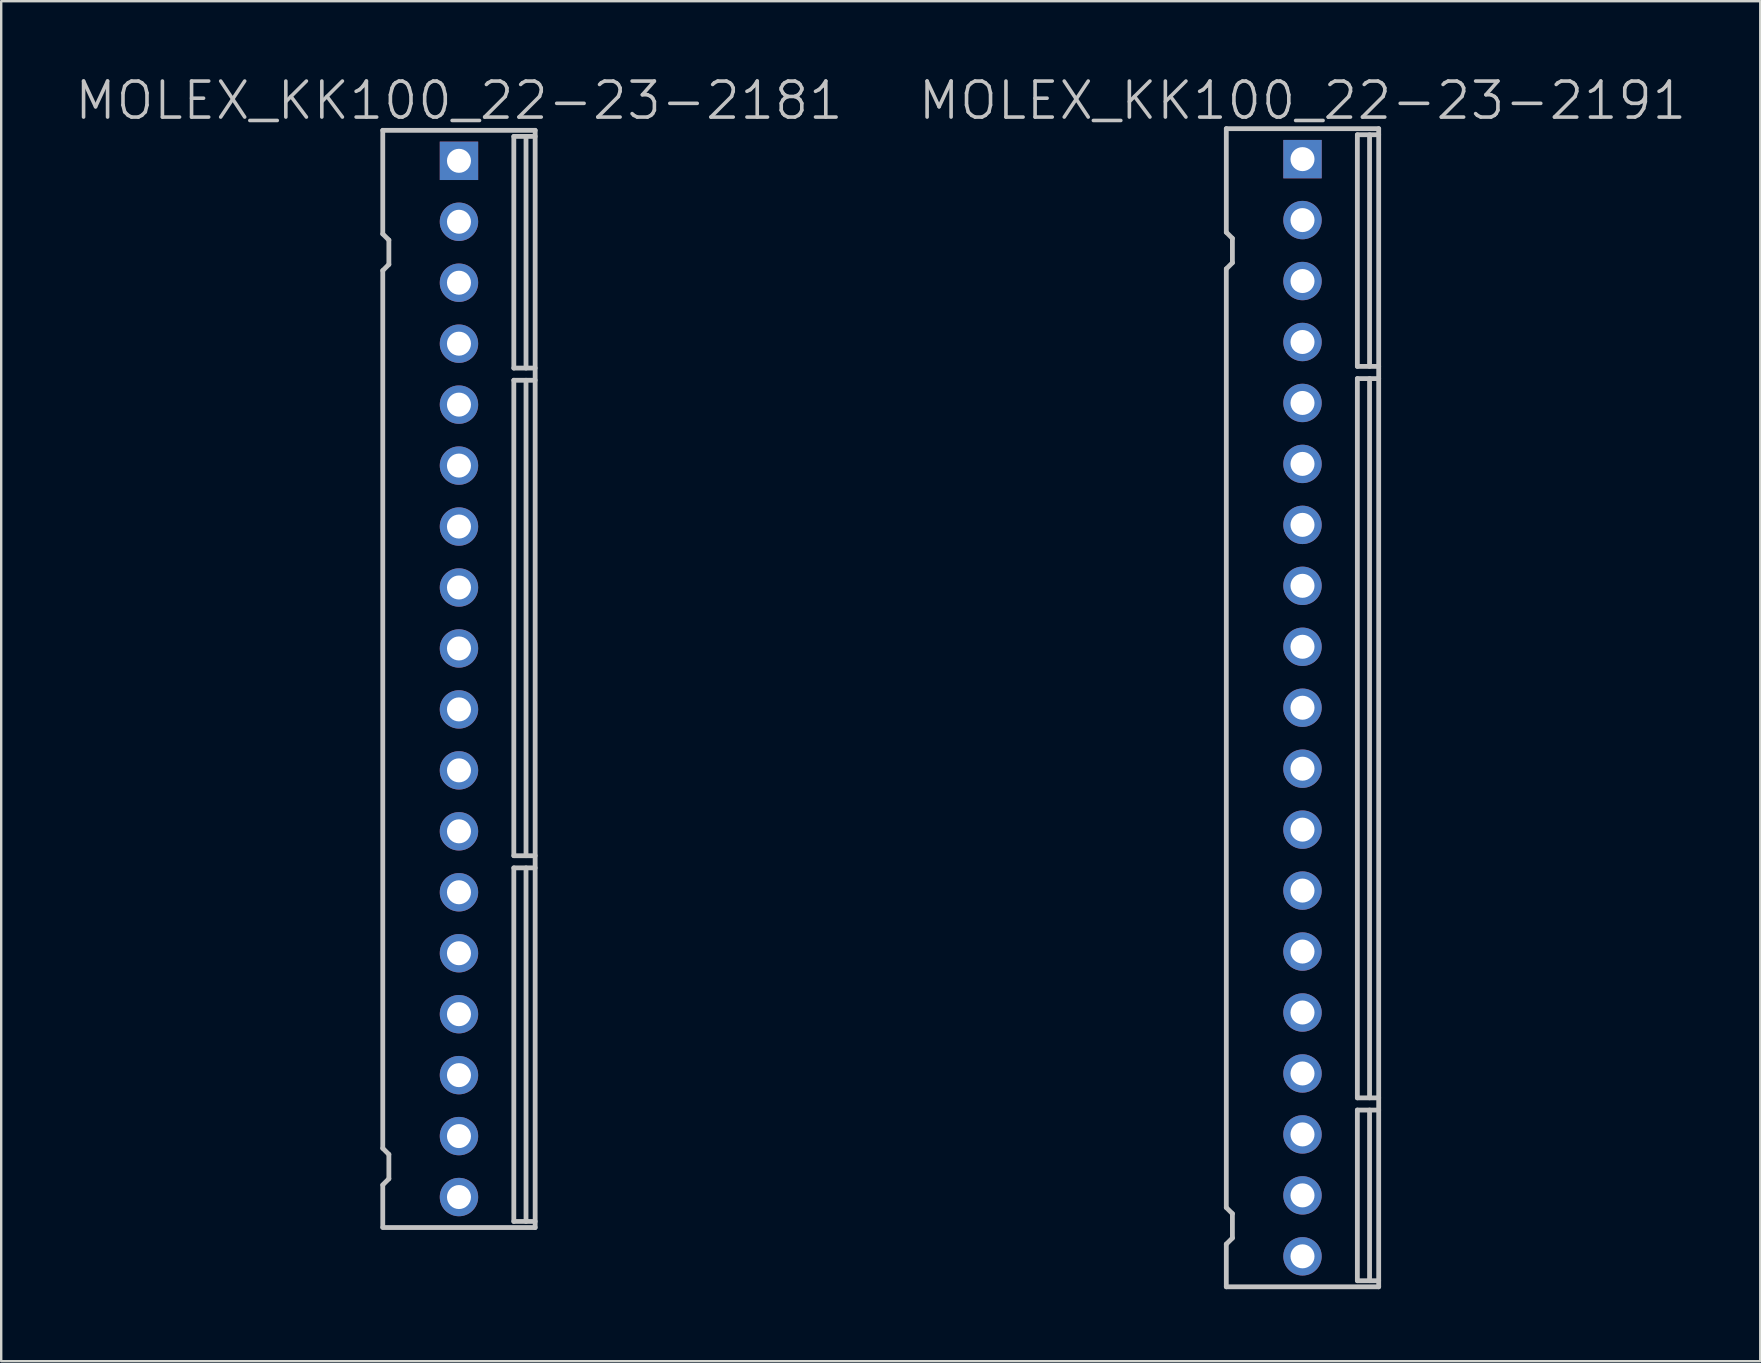
<source format=kicad_pcb>
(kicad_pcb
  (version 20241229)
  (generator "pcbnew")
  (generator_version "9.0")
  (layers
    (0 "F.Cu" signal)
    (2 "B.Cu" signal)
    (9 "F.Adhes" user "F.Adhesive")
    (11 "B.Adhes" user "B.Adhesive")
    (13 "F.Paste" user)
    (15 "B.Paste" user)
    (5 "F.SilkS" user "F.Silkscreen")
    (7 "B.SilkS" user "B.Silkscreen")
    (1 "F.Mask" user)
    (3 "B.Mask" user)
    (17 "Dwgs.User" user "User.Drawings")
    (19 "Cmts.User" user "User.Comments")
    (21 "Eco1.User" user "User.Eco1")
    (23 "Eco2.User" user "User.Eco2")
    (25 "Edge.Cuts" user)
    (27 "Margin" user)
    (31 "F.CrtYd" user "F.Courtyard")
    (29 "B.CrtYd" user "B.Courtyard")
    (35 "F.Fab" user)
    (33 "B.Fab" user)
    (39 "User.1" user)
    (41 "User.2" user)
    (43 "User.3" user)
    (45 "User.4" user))
  (footprint "MOLEX_KK100_22-23-2181"
    (layer "F.Cu")
    (at 16.075 25.241)
    (property "Reference" "MOLEX_KK100_22-23-2181" (at 0 -24.1 180) (layer "Dwgs.User") (effects (font (size 1.5 1.5) (thickness 0.15))))
    (attr through_hole)
    (fp_line (start -3.175 -22.86) (end 3.175 -22.86) (stroke (width 0.2) (type solid)) (layer "Dwgs.User"))
    (fp_line (start -3.175 -18.542) (end -3.175 -22.86) (stroke (width 0.2) (type solid)) (layer "Dwgs.User"))
    (fp_line (start -3.175 -17.018) (end -3.175 19.558) (stroke (width 0.2) (type solid)) (layer "Dwgs.User"))
    (fp_line (start -3.175 22.842) (end -3.175 21.09) (stroke (width 0.2) (type solid)) (layer "Dwgs.User"))
    (fp_line (start -2.921 -18.288) (end -3.175 -18.542) (stroke (width 0.2) (type solid)) (layer "Dwgs.User"))
    (fp_line (start -2.921 -18.288) (end -2.921 -17.272) (stroke (width 0.2) (type solid)) (layer "Dwgs.User"))
    (fp_line (start -2.921 -17.272) (end -3.175 -17.018) (stroke (width 0.2) (type solid)) (layer "Dwgs.User"))
    (fp_line (start -2.921 19.812) (end -3.175 19.558) (stroke (width 0.2) (type solid)) (layer "Dwgs.User"))
    (fp_line (start -2.921 19.812) (end -2.921 20.828) (stroke (width 0.2) (type solid)) (layer "Dwgs.User"))
    (fp_line (start -2.921 20.828) (end -3.175 21.082) (stroke (width 0.2) (type solid)) (layer "Dwgs.User"))
    (fp_line (start 2.286 -22.606) (end 3.175 -22.606) (stroke (width 0.2) (type solid)) (layer "Dwgs.User"))
    (fp_line (start 2.286 -12.954) (end 2.286 -22.606) (stroke (width 0.2) (type solid)) (layer "Dwgs.User"))
    (fp_line (start 2.286 -12.954) (end 3.175 -12.954) (stroke (width 0.2) (type solid)) (layer "Dwgs.User"))
    (fp_line (start 2.286 -12.446) (end 3.175 -12.446) (stroke (width 0.2) (type solid)) (layer "Dwgs.User"))
    (fp_line (start 2.286 7.366) (end 2.286 -12.446) (stroke (width 0.2) (type solid)) (layer "Dwgs.User"))
    (fp_line (start 2.286 7.366) (end 3.175 7.366) (stroke (width 0.2) (type solid)) (layer "Dwgs.User"))
    (fp_line (start 2.286 7.874) (end 2.286 22.606) (stroke (width 0.2) (type solid)) (layer "Dwgs.User"))
    (fp_line (start 2.286 7.874) (end 3.175 7.874) (stroke (width 0.2) (type solid)) (layer "Dwgs.User"))
    (fp_line (start 2.286 22.606) (end 3.175 22.606) (stroke (width 0.2) (type solid)) (layer "Dwgs.User"))
    (fp_line (start 2.794 -12.954) (end 2.794 -22.606) (stroke (width 0.2) (type solid)) (layer "Dwgs.User"))
    (fp_line (start 2.794 -12.446) (end 2.794 7.366) (stroke (width 0.2) (type solid)) (layer "Dwgs.User"))
    (fp_line (start 2.794 22.606) (end 2.794 7.874) (stroke (width 0.2) (type solid)) (layer "Dwgs.User"))
    (fp_line (start 3.175 22.86) (end -3.175 22.86) (stroke (width 0.2) (type solid)) (layer "Dwgs.User"))
    (fp_line (start 3.175 22.86) (end 3.175 -22.86) (stroke (width 0.2) (type solid)) (layer "Dwgs.User"))
    (pad "1" thru_hole rect (at 0 -21.59) (size 1.6 1.6) (drill 1) (layers "*.Cu" "*.Mask"))
    (pad "2" thru_hole circle (at 0 -19.05) (size 1.6 1.6) (drill 1) (layers "*.Cu" "*.Mask"))
    (pad "3" thru_hole circle (at 0 -16.51) (size 1.6 1.6) (drill 1) (layers "*.Cu" "*.Mask"))
    (pad "4" thru_hole circle (at 0 -13.97) (size 1.6 1.6) (drill 1) (layers "*.Cu" "*.Mask"))
    (pad "5" thru_hole circle (at 0 -11.43) (size 1.6 1.6) (drill 1) (layers "*.Cu" "*.Mask"))
    (pad "6" thru_hole circle (at 0 -8.89) (size 1.6 1.6) (drill 1) (layers "*.Cu" "*.Mask"))
    (pad "7" thru_hole circle (at 0 -6.35) (size 1.6 1.6) (drill 1) (layers "*.Cu" "*.Mask"))
    (pad "8" thru_hole circle (at 0 -3.81) (size 1.6 1.6) (drill 1) (layers "*.Cu" "*.Mask"))
    (pad "9" thru_hole circle (at 0 -1.27) (size 1.6 1.6) (drill 1) (layers "*.Cu" "*.Mask"))
    (pad "10" thru_hole circle (at 0 1.27) (size 1.6 1.6) (drill 1) (layers "*.Cu" "*.Mask"))
    (pad "11" thru_hole circle (at 0 3.81) (size 1.6 1.6) (drill 1) (layers "*.Cu" "*.Mask"))
    (pad "12" thru_hole circle (at 0 6.35) (size 1.6 1.6) (drill 1) (layers "*.Cu" "*.Mask"))
    (pad "13" thru_hole circle (at 0 8.89) (size 1.6 1.6) (drill 1) (layers "*.Cu" "*.Mask"))
    (pad "14" thru_hole circle (at 0 11.43) (size 1.6 1.6) (drill 1) (layers "*.Cu" "*.Mask"))
    (pad "15" thru_hole circle (at 0 13.97) (size 1.6 1.6) (drill 1) (layers "*.Cu" "*.Mask"))
    (pad "16" thru_hole circle (at 0 16.51) (size 1.6 1.6) (drill 1) (layers "*.Cu" "*.Mask"))
    (pad "17" thru_hole circle (at 0 19.05) (size 1.6 1.6) (drill 1) (layers "*.Cu" "*.Mask"))
    (pad "18" thru_hole circle (at 0 21.59) (size 1.6 1.6) (drill 1) (layers "*.Cu" "*.Mask")))
  (footprint "MOLEX_KK100_22-23-2191"
    (layer "F.Cu")
    (at 51.225 26.441)
    (property "Reference" "MOLEX_KK100_22-23-2191" (at 0 -25.3 180) (layer "Dwgs.User") (effects (font (size 1.5 1.5) (thickness 0.15))))
    (attr through_hole)
    (fp_line (start -3.175 -24.13) (end 3.175 -24.13) (stroke (width 0.2) (type solid)) (layer "Dwgs.User"))
    (fp_line (start -3.175 -19.812) (end -3.175 -24.13) (stroke (width 0.2) (type solid)) (layer "Dwgs.User"))
    (fp_line (start -3.175 -18.288) (end -3.175 20.828) (stroke (width 0.2) (type solid)) (layer "Dwgs.User"))
    (fp_line (start -3.175 22.352) (end -3.175 24.13) (stroke (width 0.2) (type solid)) (layer "Dwgs.User"))
    (fp_line (start -2.921 -19.558) (end -3.175 -19.812) (stroke (width 0.2) (type solid)) (layer "Dwgs.User"))
    (fp_line (start -2.921 -19.558) (end -2.921 -18.542) (stroke (width 0.2) (type solid)) (layer "Dwgs.User"))
    (fp_line (start -2.921 -18.542) (end -3.175 -18.288) (stroke (width 0.2) (type solid)) (layer "Dwgs.User"))
    (fp_line (start -2.921 21.082) (end -3.175 20.828) (stroke (width 0.2) (type solid)) (layer "Dwgs.User"))
    (fp_line (start -2.921 21.082) (end -2.921 22.098) (stroke (width 0.2) (type solid)) (layer "Dwgs.User"))
    (fp_line (start -2.921 22.098) (end -3.175 22.352) (stroke (width 0.2) (type solid)) (layer "Dwgs.User"))
    (fp_line (start 2.286 -23.876) (end 3.175 -23.876) (stroke (width 0.2) (type solid)) (layer "Dwgs.User"))
    (fp_line (start 2.286 -14.224) (end 2.286 -23.876) (stroke (width 0.2) (type solid)) (layer "Dwgs.User"))
    (fp_line (start 2.286 -14.224) (end 3.175 -14.224) (stroke (width 0.2) (type solid)) (layer "Dwgs.User"))
    (fp_line (start 2.286 -13.716) (end 2.286 16.256) (stroke (width 0.2) (type solid)) (layer "Dwgs.User"))
    (fp_line (start 2.286 -13.716) (end 3.175 -13.716) (stroke (width 0.2) (type solid)) (layer "Dwgs.User"))
    (fp_line (start 2.286 16.256) (end 3.175 16.256) (stroke (width 0.2) (type solid)) (layer "Dwgs.User"))
    (fp_line (start 2.286 16.764) (end 2.286 23.876) (stroke (width 0.2) (type solid)) (layer "Dwgs.User"))
    (fp_line (start 2.286 16.764) (end 3.175 16.764) (stroke (width 0.2) (type solid)) (layer "Dwgs.User"))
    (fp_line (start 2.286 23.876) (end 3.175 23.876) (stroke (width 0.2) (type solid)) (layer "Dwgs.User"))
    (fp_line (start 2.794 -14.224) (end 2.794 -23.876) (stroke (width 0.2) (type solid)) (layer "Dwgs.User"))
    (fp_line (start 2.794 16.256) (end 2.794 -13.716) (stroke (width 0.2) (type solid)) (layer "Dwgs.User"))
    (fp_line (start 2.794 16.764) (end 2.794 23.876) (stroke (width 0.2) (type solid)) (layer "Dwgs.User"))
    (fp_line (start 3.175 24.13) (end -3.175 24.13) (stroke (width 0.2) (type solid)) (layer "Dwgs.User"))
    (fp_line (start 3.175 24.13) (end 3.175 -24.13) (stroke (width 0.2) (type solid)) (layer "Dwgs.User"))
    (pad "1" thru_hole rect (at 0 -22.86) (size 1.6 1.6) (drill 1) (layers "*.Cu" "*.Mask"))
    (pad "2" thru_hole circle (at 0 -20.32) (size 1.6 1.6) (drill 1) (layers "*.Cu" "*.Mask"))
    (pad "3" thru_hole circle (at 0 -17.78) (size 1.6 1.6) (drill 1) (layers "*.Cu" "*.Mask"))
    (pad "4" thru_hole circle (at 0 -15.24) (size 1.6 1.6) (drill 1) (layers "*.Cu" "*.Mask"))
    (pad "5" thru_hole circle (at 0 -12.7) (size 1.6 1.6) (drill 1) (layers "*.Cu" "*.Mask"))
    (pad "6" thru_hole circle (at 0 -10.16) (size 1.6 1.6) (drill 1) (layers "*.Cu" "*.Mask"))
    (pad "7" thru_hole circle (at 0 -7.62) (size 1.6 1.6) (drill 1) (layers "*.Cu" "*.Mask"))
    (pad "8" thru_hole circle (at 0 -5.08) (size 1.6 1.6) (drill 1) (layers "*.Cu" "*.Mask"))
    (pad "9" thru_hole circle (at 0 -2.54) (size 1.6 1.6) (drill 1) (layers "*.Cu" "*.Mask"))
    (pad "10" thru_hole circle (at 0 0) (size 1.6 1.6) (drill 1) (layers "*.Cu" "*.Mask"))
    (pad "11" thru_hole circle (at 0 2.54) (size 1.6 1.6) (drill 1) (layers "*.Cu" "*.Mask"))
    (pad "12" thru_hole circle (at 0 5.08) (size 1.6 1.6) (drill 1) (layers "*.Cu" "*.Mask"))
    (pad "13" thru_hole circle (at 0 7.62) (size 1.6 1.6) (drill 1) (layers "*.Cu" "*.Mask"))
    (pad "14" thru_hole circle (at 0 10.16) (size 1.6 1.6) (drill 1) (layers "*.Cu" "*.Mask"))
    (pad "15" thru_hole circle (at 0 12.7) (size 1.6 1.6) (drill 1) (layers "*.Cu" "*.Mask"))
    (pad "16" thru_hole circle (at 0 15.24) (size 1.6 1.6) (drill 1) (layers "*.Cu" "*.Mask"))
    (pad "17" thru_hole circle (at 0 17.78) (size 1.6 1.6) (drill 1) (layers "*.Cu" "*.Mask"))
    (pad "18" thru_hole circle (at 0 20.32) (size 1.6 1.6) (drill 1) (layers "*.Cu" "*.Mask"))
    (pad "19" thru_hole circle (at 0 22.86) (size 1.6 1.6) (drill 1) (layers "*.Cu" "*.Mask")))
  (gr_rect
    (start -3 -3)
    (end 70.3 53.671)
    (stroke (width 0.1) (type default))
    (fill no)
    (layer "Edge.Cuts")))
</source>
